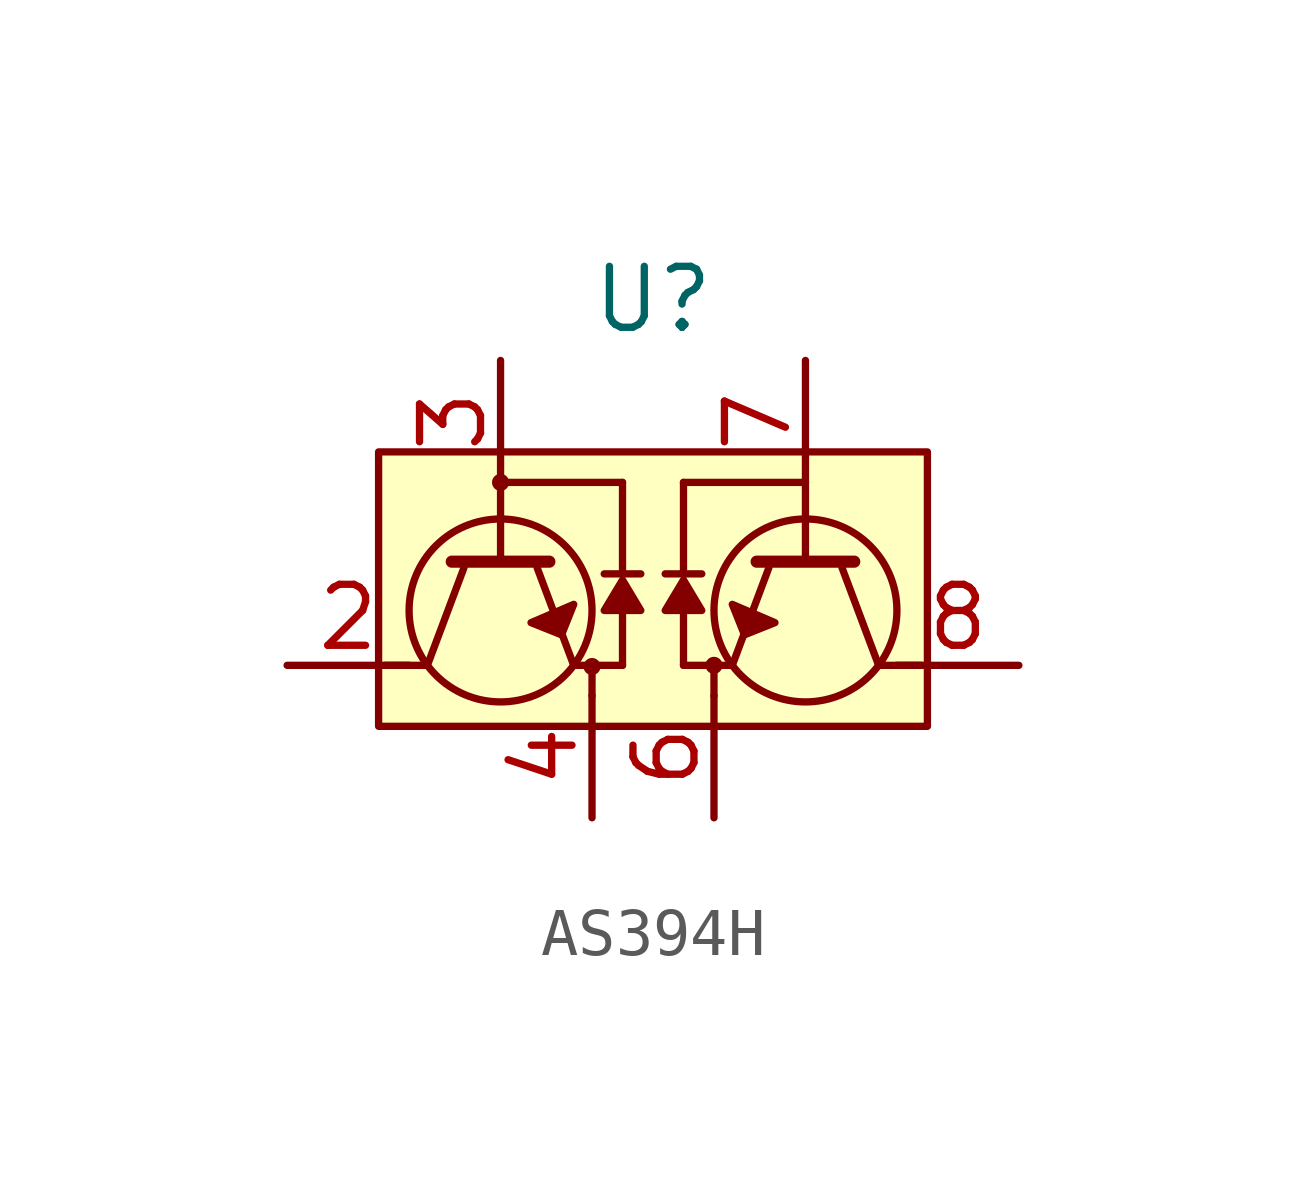
<source format=kicad_sym>
(kicad_symbol_lib
  (version 20220914)
  (generator kicad_symbol_editor)
  (symbol "AS394H"
    (pin_names
      (offset 0) hide)
    (property "Reference" "U"
      (at 0 0 0)
      (effects (font (size 1.27 1.27))))
    (property "Value" ""
      (at 0 0 0)
      (effects (font (size 1.27 1.27))))
    (symbol "AS394H_0_1"
      (polyline (pts (xy -0.635 -6.477) (xy -0.635 -7.62)) (stroke (width 0) (type default)) (fill (type none)))
      (polyline (pts (xy -0.635 -5.715) (xy -0.635 -3.81)) (stroke (width 0) (type default)) (fill (type none)))
      (polyline (pts (xy -0.254 -5.715) (xy -1.016 -5.715)) (stroke (width 0) (type default)) (fill (type none)))
      (polyline (pts (xy 0.254 -5.715) (xy 1.016 -5.715)) (stroke (width 0) (type default)) (fill (type none)))
      (polyline (pts (xy 0.635 -6.477) (xy 0.635 -7.62)) (stroke (width 0) (type default)) (fill (type none)))
      (polyline (pts (xy 0.635 -5.715) (xy 0.635 -3.81)) (stroke (width 0) (type default)) (fill (type none))))
    (symbol "AS394H_1_1"
      (rectangle (start -5.715 -3.175) (end 5.715 -8.89) (stroke (width 0) (type default)) (fill (type background)))
      (circle (center -3.175 -6.477) (radius 1.905) (stroke (width 0) (type default)) (fill (type none)))
      (circle (center -3.175 -3.81) (radius 0.102) (stroke (width 0) (type default)) (fill (type none)))
      (circle (center -1.27 -7.645) (radius 0.102) (stroke (width 0) (type default)) (fill (type none)))
      (polyline (pts (xy -4.191 -5.461) (xy -2.159 -5.461)) (stroke (width 0.254) (type default)) (fill (type none)))
      (polyline (pts (xy -3.937 -5.588) (xy -4.699 -7.62)) (stroke (width 0) (type default)) (fill (type none)))
      (polyline (pts (xy -3.175 -3.81) (xy -3.175 -5.461)) (stroke (width 0) (type default)) (fill (type none)))
      (polyline (pts (xy -2.413 -5.588) (xy -1.651 -7.62)) (stroke (width 0) (type default)) (fill (type none)))
      (polyline (pts (xy -1.651 -7.62) (xy -0.635 -7.62)) (stroke (width 0) (type default)) (fill (type none)))
      (polyline (pts (xy -1.27 -8.255) (xy -1.27 -7.62)) (stroke (width 0) (type default)) (fill (type none)))
      (polyline (pts (xy -0.635 -3.81) (xy -3.175 -3.81)) (stroke (width 0) (type default)) (fill (type none)))
      (polyline (pts (xy 0.635 -3.81) (xy 3.175 -3.81)) (stroke (width 0) (type default)) (fill (type none)))
      (polyline (pts (xy 1.27 -8.255) (xy 1.27 -7.62)) (stroke (width 0) (type default)) (fill (type none)))
      (polyline (pts (xy 1.651 -7.62) (xy 0.635 -7.62)) (stroke (width 0) (type default)) (fill (type none)))
      (polyline (pts (xy 2.413 -5.588) (xy 1.651 -7.62)) (stroke (width 0) (type default)) (fill (type none)))
      (polyline (pts (xy 3.175 -3.81) (xy 3.175 -5.461)) (stroke (width 0) (type default)) (fill (type none)))
      (polyline (pts (xy 3.937 -5.588) (xy 4.699 -7.62)) (stroke (width 0) (type default)) (fill (type none)))
      (polyline (pts (xy 4.191 -5.461) (xy 2.159 -5.461)) (stroke (width 0.254) (type default)) (fill (type none)))
      (polyline (pts (xy -5.588 -7.62) (xy -4.826 -7.62) (xy -4.699 -7.62)) (stroke (width 0) (type default)) (fill (type none)))
      (polyline (pts (xy 4.699 -7.62) (xy 5.461 -7.62) (xy 5.588 -7.62)) (stroke (width 0) (type default)) (fill (type none)))
      (polyline (pts (xy -1.651 -6.35) (xy -1.905 -6.985) (xy -2.54 -6.731) (xy -1.651 -6.35)) (stroke (width 0) (type default)) (fill (type color) (color 132 0 0 1)))
      (polyline (pts (xy -0.254 -6.477) (xy -0.635 -5.842) (xy -1.016 -6.477) (xy -0.254 -6.477)) (stroke (width 0) (type default)) (fill (type color) (color 132 0 0 1)))
      (polyline (pts (xy 0.254 -6.477) (xy 0.635 -5.842) (xy 1.016 -6.477) (xy 0.254 -6.477)) (stroke (width 0) (type default)) (fill (type color) (color 132 0 0 1)))
      (polyline (pts (xy 1.651 -6.35) (xy 1.905 -6.985) (xy 2.54 -6.731) (xy 1.651 -6.35)) (stroke (width 0) (type default)) (fill (type color) (color 132 0 0 1)))
      (circle (center 1.27 -7.62) (radius 0.102) (stroke (width 0) (type default)) (fill (type none)))
      (circle (center 3.175 -6.477) (radius 1.905) (stroke (width 0) (type default)) (fill (type none)))
      (pin no_connect line (at -7.62 -3.81 0) (length 2.54) hide (name "1" (effects (font (size 1.27 1.27)))) (number "1" (effects (font (size 1.27 1.27)))))
      (pin input line (at -7.62 -7.62 0) (length 2.54) (name "Q1B" (effects (font (size 1.27 1.27)))) (number "2" (effects (font (size 1.27 1.27)))))
      (pin output line (at -3.175 -1.27 270) (length 2.54) (name "Q1/Q2E" (effects (font (size 1.27 1.27)))) (number "3" (effects (font (size 1.27 1.27)))))
      (pin input line (at -1.27 -10.795 90) (length 2.54) (name "Q1C" (effects (font (size 1.27 1.27)))) (number "4" (effects (font (size 1.27 1.27)))))
      (pin no_connect line (at 7.62 -3.81 180) (length 2.54) hide (name "5" (effects (font (size 1.27 1.27)))) (number "5" (effects (font (size 1.27 1.27)))))
      (pin input line (at 1.27 -10.795 90) (length 2.54) (name "Q1C" (effects (font (size 1.27 1.27)))) (number "6" (effects (font (size 1.27 1.27)))))
      (pin input line (at 3.175 -1.27 270) (length 2.54) (name "Q2B" (effects (font (size 1.27 1.27)))) (number "7" (effects (font (size 1.27 1.27)))))
      (pin input line (at 7.62 -7.62 180) (length 2.54) (name "Q2B" (effects (font (size 1.27 1.27)))) (number "8" (effects (font (size 1.27 1.27))))))))
</source>
